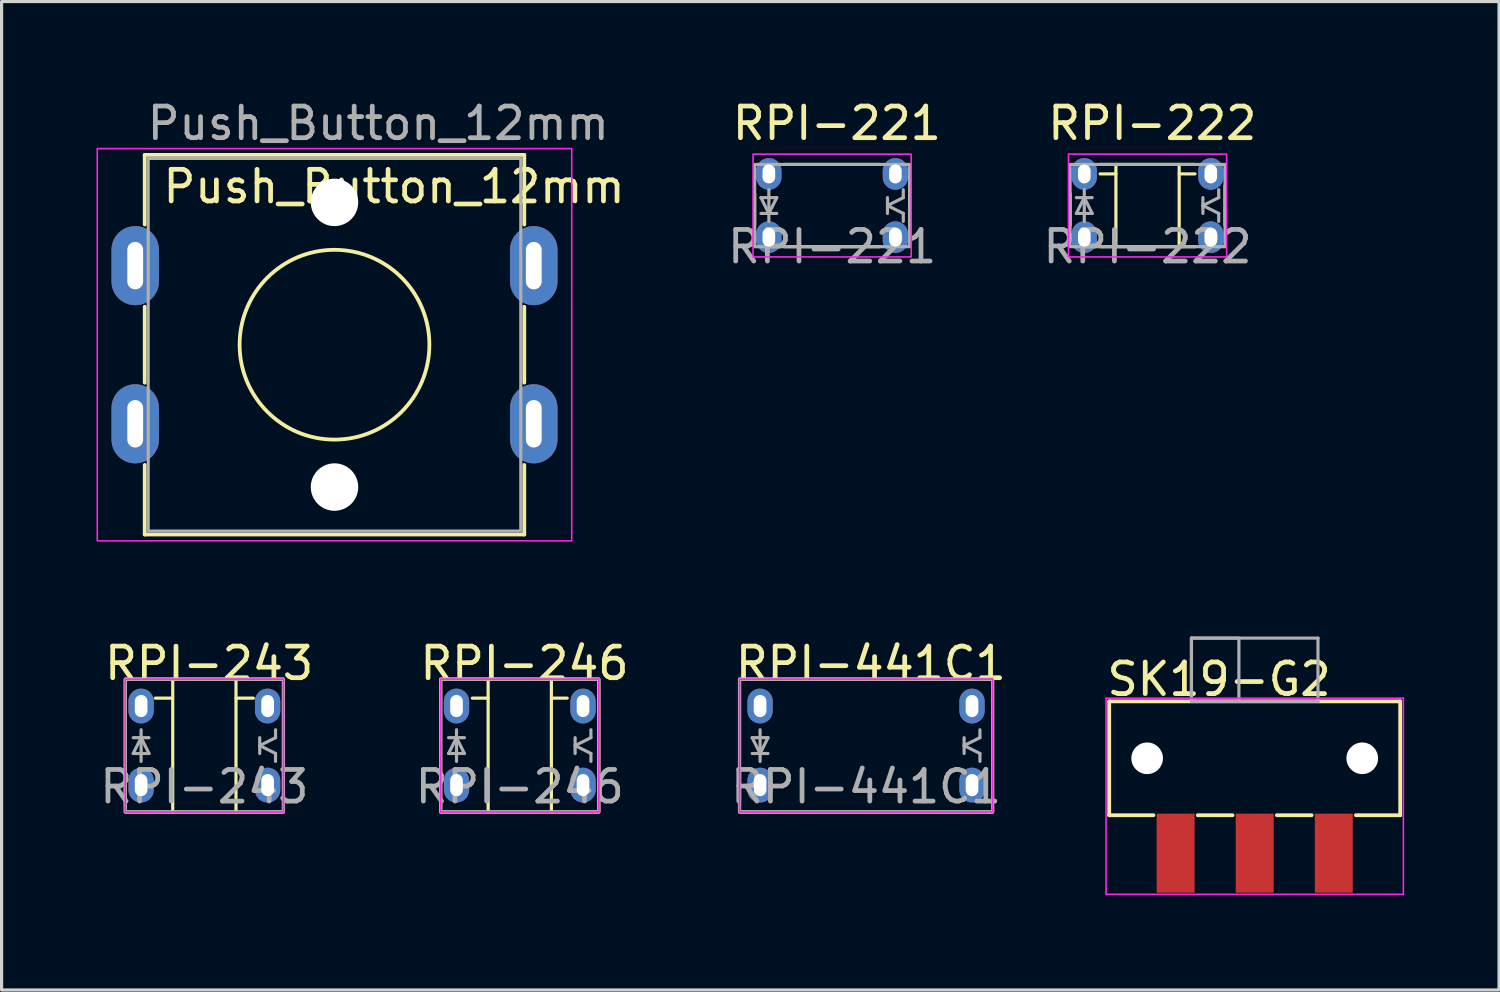
<source format=kicad_pcb>
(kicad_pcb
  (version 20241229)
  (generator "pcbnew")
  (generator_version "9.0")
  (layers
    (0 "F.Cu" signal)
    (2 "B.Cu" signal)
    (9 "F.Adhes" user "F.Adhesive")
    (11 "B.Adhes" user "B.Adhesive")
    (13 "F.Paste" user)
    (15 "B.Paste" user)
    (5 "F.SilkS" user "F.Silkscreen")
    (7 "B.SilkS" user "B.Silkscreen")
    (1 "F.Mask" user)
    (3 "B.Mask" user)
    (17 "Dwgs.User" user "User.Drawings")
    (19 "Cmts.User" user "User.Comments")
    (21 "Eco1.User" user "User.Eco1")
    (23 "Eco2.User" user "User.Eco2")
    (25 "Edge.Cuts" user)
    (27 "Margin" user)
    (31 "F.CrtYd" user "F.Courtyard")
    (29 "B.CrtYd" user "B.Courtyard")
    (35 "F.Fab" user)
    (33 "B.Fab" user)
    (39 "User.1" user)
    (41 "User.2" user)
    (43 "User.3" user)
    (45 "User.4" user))
  (footprint "SK19-G2"
    (layer "F.Cu")
    (at 36.617 20.923)
    (property "Reference" "SK19-G2" (at -4.75 -2.5 0) (layer "F.SilkS") (effects (font (size 1 1) (thickness 0.15)) (justify left)))
    (attr smd)
    (fp_line (start -4.6 -1.8) (end -4.6 1.8) (stroke (width 0.12) (type solid)) (layer "F.SilkS"))
    (fp_line (start -4.6 -1.8) (end 4.6 -1.8) (stroke (width 0.12) (type solid)) (layer "F.SilkS"))
    (fp_line (start -4.6 1.8) (end -3.2 1.8) (stroke (width 0.12) (type default)) (layer "F.SilkS"))
    (fp_line (start -1.8 1.8) (end -0.7 1.8) (stroke (width 0.12) (type default)) (layer "F.SilkS"))
    (fp_line (start 0.7 1.8) (end 1.8 1.8) (stroke (width 0.12) (type default)) (layer "F.SilkS"))
    (fp_line (start 3.2 1.8) (end 4.6 1.8) (stroke (width 0.12) (type default)) (layer "F.SilkS"))
    (fp_line (start 4.6 -1.8) (end 4.6 1.8) (stroke (width 0.12) (type solid)) (layer "F.SilkS"))
    (fp_line (start -4.7 -1.9) (end -4.7 4.3) (stroke (width 0.05) (type default)) (layer "F.CrtYd"))
    (fp_line (start -4.7 4.3) (end 4.7 4.3) (stroke (width 0.05) (type default)) (layer "F.CrtYd"))
    (fp_line (start 4.7 -1.9) (end -4.7 -1.9) (stroke (width 0.05) (type default)) (layer "F.CrtYd"))
    (fp_line (start 4.7 4.3) (end 4.7 -1.9) (stroke (width 0.05) (type default)) (layer "F.CrtYd"))
    (fp_line (start -2 -3.8) (end -2 -1.8) (stroke (width 0.1) (type default)) (layer "F.Fab"))
    (fp_line (start -2 -3.8) (end 2 -3.8) (stroke (width 0.1) (type default)) (layer "F.Fab"))
    (fp_line (start -2 -1.8) (end 2 -1.8) (stroke (width 0.1) (type default)) (layer "F.Fab"))
    (fp_line (start 2 -1.8) (end 2 -3.8) (stroke (width 0.1) (type default)) (layer "F.Fab"))
    (fp_rect (start -2 -3.8) (end -0.5 -1.8) (stroke (width 0.1) (type solid)) (fill no) (layer "F.Fab"))
    (pad "" np_thru_hole circle (at -3.4 0) (size 1 1) (drill 1) (layers "*.Cu" "*.Mask"))
    (pad "" np_thru_hole circle (at 3.4 0) (size 1 1) (drill 1) (layers "*.Cu" "*.Mask"))
    (pad "1" smd rect (at -2.5 3) (size 1.2 2.5) (layers "F.Cu" "F.Mask" "F.Paste"))
    (pad "2" smd rect (at 0 3) (size 1.2 2.5) (layers "F.Cu" "F.Mask" "F.Paste"))
    (pad "3" smd rect (at 2.5 3) (size 1.2 2.5) (layers "F.Cu" "F.Mask" "F.Paste")))
  (footprint "Push_Button_12mm"
    (layer "F.Cu")
    (at 7.525 7.848)
    (property "Reference" "Push_Button_12mm" (at -5.5 -5 0) (layer "F.SilkS") (effects (font (size 1 1) (thickness 0.15)) (justify left)))
    (attr through_hole)
    (fp_line (start -6 -6) (end -6 -3.8) (stroke (width 0.12) (type default)) (layer "F.SilkS"))
    (fp_line (start -6 -6) (end 6 -6) (stroke (width 0.12) (type default)) (layer "F.SilkS"))
    (fp_line (start -6 -1.2) (end -6 1.2) (stroke (width 0.12) (type default)) (layer "F.SilkS"))
    (fp_line (start -6 3.8) (end -6 6) (stroke (width 0.12) (type default)) (layer "F.SilkS"))
    (fp_line (start 6 -6) (end 6 -3.8) (stroke (width 0.12) (type default)) (layer "F.SilkS"))
    (fp_line (start 6 -1.2) (end 6 1.2) (stroke (width 0.12) (type default)) (layer "F.SilkS"))
    (fp_line (start 6 3.8) (end 6 6) (stroke (width 0.12) (type default)) (layer "F.SilkS"))
    (fp_line (start 6 6) (end -6 6) (stroke (width 0.12) (type default)) (layer "F.SilkS"))
    (fp_circle (center 0 0) (end 3 0) (stroke (width 0.12) (type default)) (fill no) (layer "F.SilkS"))
    (fp_rect (start -7.5 -6.2) (end 7.5 6.2) (stroke (width 0.05) (type default)) (fill no) (layer "F.CrtYd"))
    (fp_rect (start -5.89 -5.89) (end 5.89 5.89) (stroke (width 0.1) (type default)) (fill no) (layer "F.Fab"))
    (fp_text user "${REFERENCE}" (at -6 -7 0) (layer "F.Fab") (effects (font (size 1 1) (thickness 0.15)) (justify left)))
    (pad "" np_thru_hole circle (at 0 -4.5) (size 1.5 1.5) (drill 1.5) (layers "*.Cu" "*.Mask"))
    (pad "" np_thru_hole circle (at 0 4.5) (size 1.5 1.5) (drill 1.5) (layers "*.Cu" "*.Mask"))
    (pad "1" thru_hole oval (at -6.3 -2.5) (size 1.5 2.5) (drill oval 0.5 1.5) (layers "*.Cu" "*.Mask"))
    (pad "1" thru_hole oval (at 6.3 -2.5) (size 1.5 2.5) (drill oval 0.5 1.5) (layers "*.Cu" "*.Mask"))
    (pad "2" thru_hole oval (at -6.3 2.5) (size 1.5 2.5) (drill oval 0.5 1.5) (layers "*.Cu" "*.Mask"))
    (pad "2" thru_hole oval (at 6.3 2.5) (size 1.5 2.5) (drill oval 0.5 1.5) (layers "*.Cu" "*.Mask")))
  (footprint "RPI-221"
    (layer "F.Cu")
    (at 23.257 3.448)
    (property "Reference" "RPI-221" (at 0.15 -2.6 0) (layer "F.SilkS") (effects (font (size 1 1) (thickness 0.15))))
    (attr through_hole)
    (fp_line (start -2.45 -0.375) (end -2.45 0.625) (stroke (width 0.1) (type default)) (layer "F.SilkS"))
    (fp_line (start -1.5 -1.3) (end 1.5 -1.3) (stroke (width 0.1) (type default)) (layer "F.SilkS"))
    (fp_line (start -1.5 1.3) (end 1.5 1.3) (stroke (width 0.1) (type default)) (layer "F.SilkS"))
    (fp_line (start 2.45 -0.625) (end 2.45 0.625) (stroke (width 0.1) (type default)) (layer "F.SilkS"))
    (fp_rect (start -2.5 -1.625) (end 2.5 1.625) (stroke (width 0.05) (type default)) (fill no) (layer "F.CrtYd"))
    (fp_line (start -2.25 -0.25) (end -1.75 -0.25) (stroke (width 0.1) (type default)) (layer "F.Fab"))
    (fp_line (start -2.25 0.25) (end -1.75 0.25) (stroke (width 0.1) (type default)) (layer "F.Fab"))
    (fp_line (start -2 -0.5) (end -2 0.5) (stroke (width 0.1) (type default)) (layer "F.Fab"))
    (fp_line (start -2 0.25) (end -2.25 -0.25) (stroke (width 0.1) (type default)) (layer "F.Fab"))
    (fp_line (start -1.75 -0.25) (end -2 0.25) (stroke (width 0.1) (type default)) (layer "F.Fab"))
    (fp_line (start 1.75 -0.25) (end 1.75 0.25) (stroke (width 0.1) (type default)) (layer "F.Fab"))
    (fp_line (start 1.75 0) (end 2.25 0.25) (stroke (width 0.1) (type default)) (layer "F.Fab"))
    (fp_line (start 2.25 -0.5) (end 2.25 -0.25) (stroke (width 0.1) (type default)) (layer "F.Fab"))
    (fp_line (start 2.25 -0.25) (end 1.75 0) (stroke (width 0.1) (type default)) (layer "F.Fab"))
    (fp_line (start 2.25 0.25) (end 2.25 0.5) (stroke (width 0.1) (type default)) (layer "F.Fab"))
    (fp_rect (start -2.45 -1.3) (end 2.45 1.3) (stroke (width 0.1) (type solid)) (fill no) (layer "F.Fab"))
    (fp_text user "${REFERENCE}" (at 0 1.3 0) (layer "F.Fab") (effects (font (size 1 1) (thickness 0.15))))
    (pad "1" thru_hole oval (at -2 1) (size 0.8 1) (drill oval 0.4 0.6) (layers "*.Cu" "*.Mask"))
    (pad "2" thru_hole oval (at -2 -1) (size 0.8 1) (drill oval 0.4 0.6) (layers "*.Cu" "*.Mask"))
    (pad "3" thru_hole oval (at 2 -1) (size 0.8 1) (drill oval 0.4 0.6) (layers "*.Cu" "*.Mask"))
    (pad "4" thru_hole oval (at 2 1) (size 0.8 1) (drill oval 0.4 0.6) (layers "*.Cu" "*.Mask")))
  (footprint "RPI-441C1"
    (layer "F.Cu")
    (at 24.33 20.521)
    (property "Reference" "RPI-441C1" (at 0.15 -2.6 0) (layer "F.SilkS") (effects (font (size 1 1) (thickness 0.15))))
    (attr through_hole)
    (fp_rect (start -4 -2.1) (end 4 2.1) (stroke (width 0.1) (type solid)) (fill no) (layer "F.SilkS"))
    (fp_rect (start -4 -2.1) (end 4 2.1) (stroke (width 0.05) (type solid)) (fill no) (layer "F.CrtYd"))
    (fp_line (start -3.6 -0.25) (end -3.1 -0.25) (stroke (width 0.1) (type default)) (layer "F.Fab"))
    (fp_line (start -3.6 0.25) (end -3.1 0.25) (stroke (width 0.1) (type default)) (layer "F.Fab"))
    (fp_line (start -3.35 -0.5) (end -3.35 0.5) (stroke (width 0.1) (type default)) (layer "F.Fab"))
    (fp_line (start -3.35 0.25) (end -3.6 -0.25) (stroke (width 0.1) (type default)) (layer "F.Fab"))
    (fp_line (start -3.1 -0.25) (end -3.35 0.25) (stroke (width 0.1) (type default)) (layer "F.Fab"))
    (fp_line (start 3.1 -0.25) (end 3.1 0.25) (stroke (width 0.1) (type default)) (layer "F.Fab"))
    (fp_line (start 3.1 0) (end 3.6 0.25) (stroke (width 0.1) (type default)) (layer "F.Fab"))
    (fp_line (start 3.6 -0.5) (end 3.6 -0.25) (stroke (width 0.1) (type default)) (layer "F.Fab"))
    (fp_line (start 3.6 -0.25) (end 3.1 0) (stroke (width 0.1) (type default)) (layer "F.Fab"))
    (fp_line (start 3.6 0.25) (end 3.6 0.5) (stroke (width 0.1) (type default)) (layer "F.Fab"))
    (fp_rect (start -4 -2.1) (end 4 2.1) (stroke (width 0.1) (type solid)) (fill no) (layer "F.Fab"))
    (fp_text user "${REFERENCE}" (at 0 1.3 0) (layer "F.Fab") (effects (font (size 1 1) (thickness 0.15))))
    (pad "1" thru_hole oval (at -3.35 1.25) (size 0.8 1.1) (drill oval 0.4 0.7) (layers "*.Cu" "*.Mask"))
    (pad "2" thru_hole oval (at -3.35 -1.25) (size 0.8 1.1) (drill oval 0.4 0.7) (layers "*.Cu" "*.Mask"))
    (pad "3" thru_hole oval (at 3.35 -1.25) (size 0.8 1.1) (drill oval 0.4 0.7) (layers "*.Cu" "*.Mask"))
    (pad "4" thru_hole oval (at 3.35 1.25) (size 0.8 1.1) (drill oval 0.4 0.7) (layers "*.Cu" "*.Mask")))
  (footprint "RPI-222"
    (layer "F.Cu")
    (at 33.229 3.448)
    (property "Reference" "RPI-222" (at 0.15 -2.6 0) (layer "F.SilkS") (effects (font (size 1 1) (thickness 0.15))))
    (attr through_hole)
    (fp_line (start -2.45 -0.375) (end -2.45 0.625) (stroke (width 0.1) (type default)) (layer "F.SilkS"))
    (fp_line (start -1.5 -1.3) (end 1.5 -1.3) (stroke (width 0.1) (type default)) (layer "F.SilkS"))
    (fp_line (start -1.5 1.3) (end 1.5 1.3) (stroke (width 0.1) (type default)) (layer "F.SilkS"))
    (fp_line (start -1 -1.3) (end -1 1.3) (stroke (width 0.1) (type solid)) (layer "F.SilkS"))
    (fp_line (start -1 -1) (end -1.5 -1) (stroke (width 0.1) (type default)) (layer "F.SilkS"))
    (fp_line (start 1 -1.3) (end 1 1.3) (stroke (width 0.1) (type solid)) (layer "F.SilkS"))
    (fp_line (start 1 -1) (end 1.5 -1) (stroke (width 0.1) (type default)) (layer "F.SilkS"))
    (fp_line (start 2.45 -0.625) (end 2.45 0.625) (stroke (width 0.1) (type default)) (layer "F.SilkS"))
    (fp_rect (start -2.5 -1.625) (end 2.5 1.625) (stroke (width 0.05) (type default)) (fill no) (layer "F.CrtYd"))
    (fp_line (start -2.25 0.25) (end -2 -0.25) (stroke (width 0.1) (type default)) (layer "F.Fab"))
    (fp_line (start -2 -0.25) (end -1.75 0.25) (stroke (width 0.1) (type default)) (layer "F.Fab"))
    (fp_line (start -2 0.5) (end -2 -0.5) (stroke (width 0.1) (type default)) (layer "F.Fab"))
    (fp_line (start -1.75 -0.25) (end -2.25 -0.25) (stroke (width 0.1) (type default)) (layer "F.Fab"))
    (fp_line (start -1.75 0.25) (end -2.25 0.25) (stroke (width 0.1) (type default)) (layer "F.Fab"))
    (fp_line (start 1.75 -0.25) (end 1.75 0.25) (stroke (width 0.1) (type default)) (layer "F.Fab"))
    (fp_line (start 1.75 0) (end 2.25 0.25) (stroke (width 0.1) (type default)) (layer "F.Fab"))
    (fp_line (start 2.25 -0.5) (end 2.25 -0.25) (stroke (width 0.1) (type default)) (layer "F.Fab"))
    (fp_line (start 2.25 -0.25) (end 1.75 0) (stroke (width 0.1) (type default)) (layer "F.Fab"))
    (fp_line (start 2.25 0.25) (end 2.25 0.5) (stroke (width 0.1) (type default)) (layer "F.Fab"))
    (fp_rect (start -2.45 -1.3) (end 2.45 1.3) (stroke (width 0.1) (type solid)) (fill no) (layer "F.Fab"))
    (fp_text user "${REFERENCE}" (at 0 1.3 0) (layer "F.Fab") (effects (font (size 1 1) (thickness 0.15))))
    (pad "1" thru_hole oval (at -2 -1) (size 0.8 1) (drill oval 0.4 0.6) (layers "*.Cu" "*.Mask"))
    (pad "2" thru_hole oval (at -2 1) (size 0.8 1) (drill oval 0.4 0.6) (layers "*.Cu" "*.Mask"))
    (pad "3" thru_hole oval (at 2 1) (size 0.8 1) (drill oval 0.4 0.6) (layers "*.Cu" "*.Mask"))
    (pad "4" thru_hole oval (at 2 -1) (size 0.8 1) (drill oval 0.4 0.6) (layers "*.Cu" "*.Mask")))
  (footprint "RPI-246"
    (layer "F.Cu")
    (at 13.382 20.521)
    (property "Reference" "RPI-246" (at 0.15 -2.6 0) (layer "F.SilkS") (effects (font (size 1 1) (thickness 0.15))))
    (attr through_hole)
    (fp_line (start -1 -2.1) (end -1 2.1) (stroke (width 0.1) (type solid)) (layer "F.SilkS"))
    (fp_line (start -1 -1.5) (end -1.5 -1.5) (stroke (width 0.1) (type default)) (layer "F.SilkS"))
    (fp_line (start 1 -2.1) (end 1 2.1) (stroke (width 0.1) (type solid)) (layer "F.SilkS"))
    (fp_line (start 1 -1.5) (end 1.5 -1.5) (stroke (width 0.1) (type default)) (layer "F.SilkS"))
    (fp_rect (start -2.5 -2.1) (end 2.5 2.1) (stroke (width 0.1) (type default)) (fill no) (layer "F.SilkS"))
    (fp_rect (start -2.5 -2.1) (end 2.5 2.1) (stroke (width 0.05) (type solid)) (fill no) (layer "F.CrtYd"))
    (fp_line (start -2.25 0.25) (end -2 -0.25) (stroke (width 0.1) (type default)) (layer "F.Fab"))
    (fp_line (start -2 -0.25) (end -1.75 0.25) (stroke (width 0.1) (type default)) (layer "F.Fab"))
    (fp_line (start -2 0.5) (end -2 -0.5) (stroke (width 0.1) (type default)) (layer "F.Fab"))
    (fp_line (start -1.75 -0.25) (end -2.25 -0.25) (stroke (width 0.1) (type default)) (layer "F.Fab"))
    (fp_line (start -1.75 0.25) (end -2.25 0.25) (stroke (width 0.1) (type default)) (layer "F.Fab"))
    (fp_line (start 1.75 -0.25) (end 1.75 0.25) (stroke (width 0.1) (type default)) (layer "F.Fab"))
    (fp_line (start 1.75 0) (end 2.25 0.25) (stroke (width 0.1) (type default)) (layer "F.Fab"))
    (fp_line (start 2.25 -0.5) (end 2.25 -0.25) (stroke (width 0.1) (type default)) (layer "F.Fab"))
    (fp_line (start 2.25 -0.25) (end 1.75 0) (stroke (width 0.1) (type default)) (layer "F.Fab"))
    (fp_line (start 2.25 0.25) (end 2.25 0.5) (stroke (width 0.1) (type default)) (layer "F.Fab"))
    (fp_rect (start -2.5 -2.1) (end 2.5 2.1) (stroke (width 0.1) (type solid)) (fill no) (layer "F.Fab"))
    (fp_text user "${REFERENCE}" (at 0 1.3 0) (layer "F.Fab") (effects (font (size 1 1) (thickness 0.15))))
    (pad "1" thru_hole oval (at -2 -1.25) (size 0.8 1.1) (drill oval 0.4 0.7) (layers "*.Cu" "*.Mask"))
    (pad "2" thru_hole oval (at -2 1.25) (size 0.8 1.1) (drill oval 0.4 0.7) (layers "*.Cu" "*.Mask"))
    (pad "3" thru_hole oval (at 2 1.25) (size 0.8 1.1) (drill oval 0.4 0.7) (layers "*.Cu" "*.Mask"))
    (pad "4" thru_hole oval (at 2 -1.25) (size 0.8 1.1) (drill oval 0.4 0.7) (layers "*.Cu" "*.Mask")))
  (footprint "RPI-243"
    (layer "F.Cu")
    (at 3.411 20.521)
    (property "Reference" "RPI-243" (at 0.15 -2.6 0) (layer "F.SilkS") (effects (font (size 1 1) (thickness 0.15))))
    (attr through_hole)
    (fp_line (start -1.05 -1.5) (end -1.55 -1.5) (stroke (width 0.1) (type default)) (layer "F.SilkS"))
    (fp_line (start -1 -2.1) (end -1 2.1) (stroke (width 0.1) (type solid)) (layer "F.SilkS"))
    (fp_line (start 1 -2.1) (end 1 2.1) (stroke (width 0.1) (type solid)) (layer "F.SilkS"))
    (fp_line (start 1 -1.5) (end 1.55 -1.5) (stroke (width 0.1) (type default)) (layer "F.SilkS"))
    (fp_rect (start -2.5 -2.1) (end 2.5 2.1) (stroke (width 0.1) (type default)) (fill no) (layer "F.SilkS"))
    (fp_rect (start -2.5 -2.1) (end 2.5 2.1) (stroke (width 0.05) (type solid)) (fill no) (layer "F.CrtYd"))
    (fp_line (start -2.25 0.25) (end -2 -0.25) (stroke (width 0.1) (type default)) (layer "F.Fab"))
    (fp_line (start -2 -0.25) (end -1.75 0.25) (stroke (width 0.1) (type default)) (layer "F.Fab"))
    (fp_line (start -2 0.5) (end -2 -0.5) (stroke (width 0.1) (type default)) (layer "F.Fab"))
    (fp_line (start -1.75 -0.25) (end -2.25 -0.25) (stroke (width 0.1) (type default)) (layer "F.Fab"))
    (fp_line (start -1.75 0.25) (end -2.25 0.25) (stroke (width 0.1) (type default)) (layer "F.Fab"))
    (fp_line (start 1.75 -0.25) (end 1.75 0.25) (stroke (width 0.1) (type default)) (layer "F.Fab"))
    (fp_line (start 1.75 0) (end 2.25 0.25) (stroke (width 0.1) (type default)) (layer "F.Fab"))
    (fp_line (start 2.25 -0.5) (end 2.25 -0.25) (stroke (width 0.1) (type default)) (layer "F.Fab"))
    (fp_line (start 2.25 -0.25) (end 1.75 0) (stroke (width 0.1) (type default)) (layer "F.Fab"))
    (fp_line (start 2.25 0.25) (end 2.25 0.5) (stroke (width 0.1) (type default)) (layer "F.Fab"))
    (fp_rect (start -2.5 -2.1) (end 2.5 2.1) (stroke (width 0.1) (type solid)) (fill no) (layer "F.Fab"))
    (fp_text user "${REFERENCE}" (at 0 1.3 0) (layer "F.Fab") (effects (font (size 1 1) (thickness 0.15))))
    (pad "1" thru_hole oval (at -2 -1.25) (size 0.8 1.1) (drill oval 0.4 0.7) (layers "*.Cu" "*.Mask"))
    (pad "2" thru_hole oval (at -2 1.25) (size 0.8 1.1) (drill oval 0.4 0.7) (layers "*.Cu" "*.Mask"))
    (pad "3" thru_hole oval (at 2 1.25) (size 0.8 1.1) (drill oval 0.4 0.7) (layers "*.Cu" "*.Mask"))
    (pad "4" thru_hole oval (at 2 -1.25) (size 0.8 1.1) (drill oval 0.4 0.7) (layers "*.Cu" "*.Mask")))
  (gr_rect
    (start -3 -3)
    (end 44.342 28.248)
    (stroke (width 0.1) (type default))
    (fill no)
    (layer "Edge.Cuts")))
</source>
